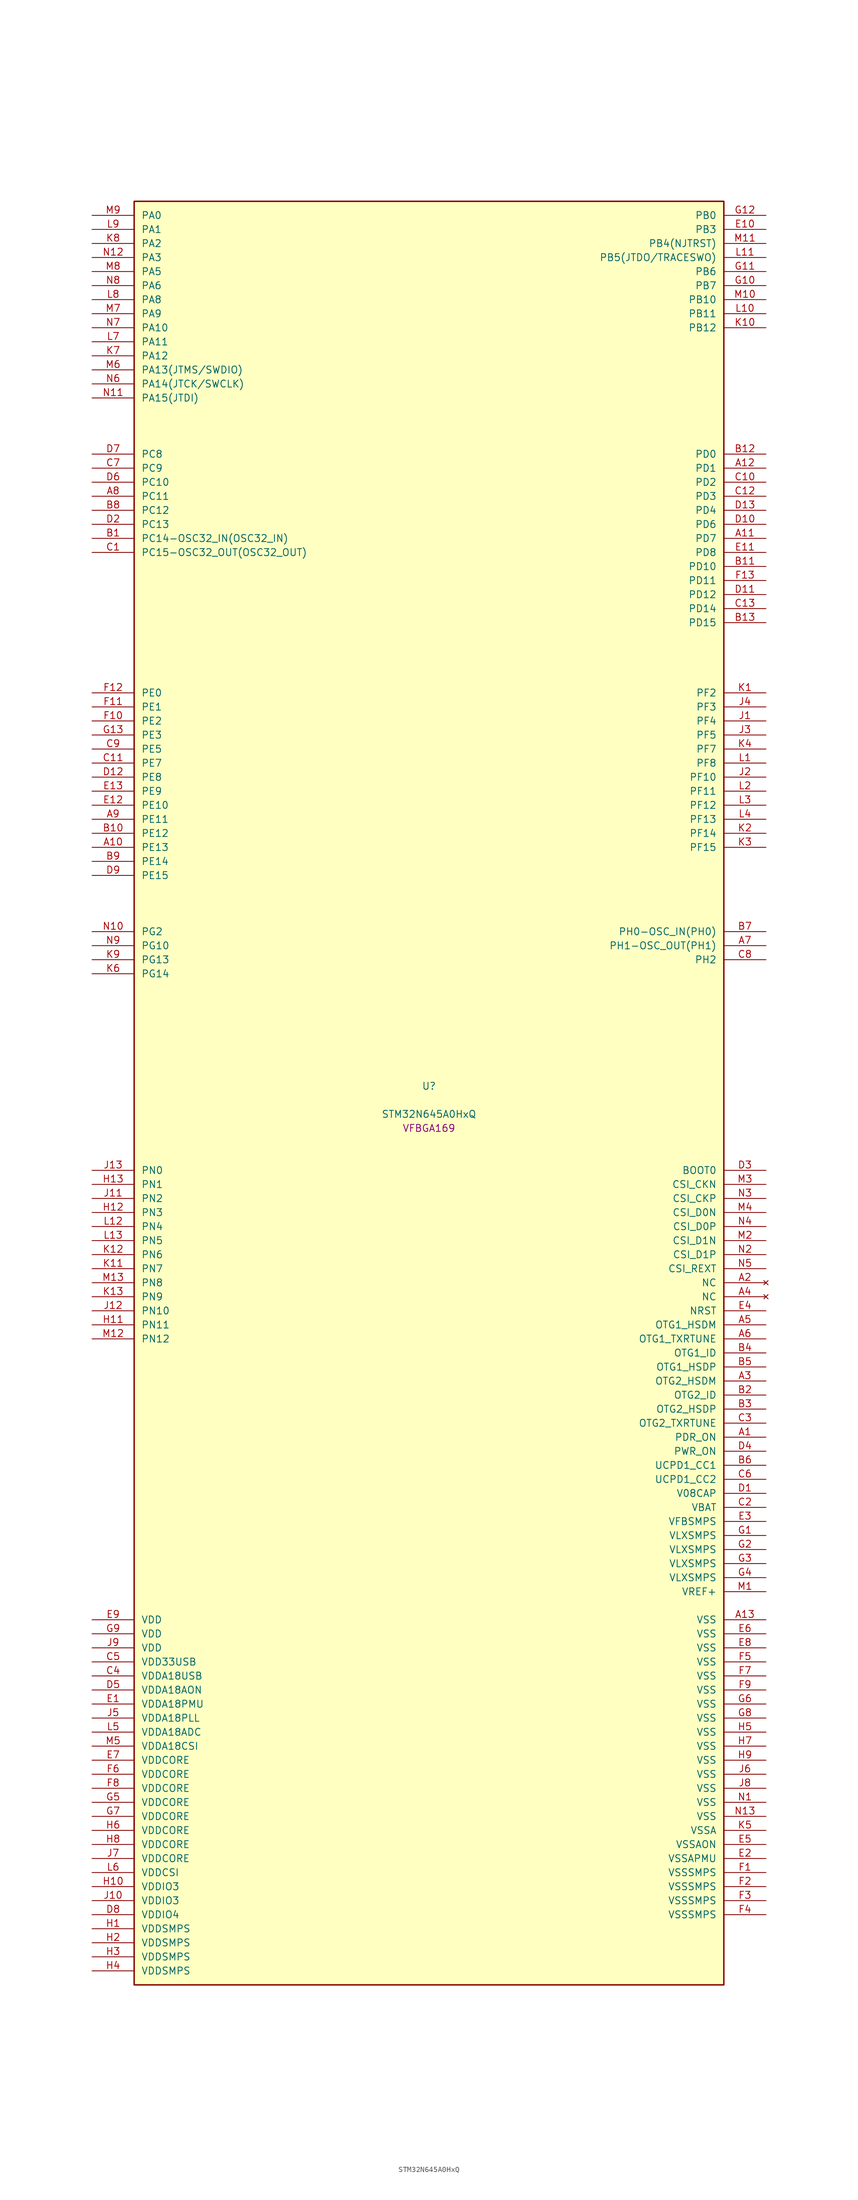
<source format=kicad_sym>
(kicad_symbol_lib
  (version 20241209)
  (generator "stm32_pkl_generator")
  (generator_version "1.0")
  (symbol "STM32N645A0HxQ"
    (pin_names
      (offset 1.27))
    (property "Reference" "U"
      (at 0 2.54 0))
    (property "Value" "STM32N645A0HxQ"
      (at 0 -2.54 0))
    (property "Footprint" "VFBGA169"
      (at 0 -5.08 0))
    (symbol "STM32N645A0HxQ_1_1"
      (rectangle (start -53.34 162.56) (end 53.34 -160.02) (stroke (width 0.254) (type solid)) (fill (type background)))
      (pin bidirectional line (at -60.96 160.02 0) (length 7.62) (name "PA0") (number "M9") (alternate "PA0/ADC1_INN1" bidirectional line) (alternate "PA0/ADC1_INP0" bidirectional line) (alternate "PA0/ADC2_INN1" bidirectional line) (alternate "PA0/ADC2_INP0" bidirectional line) (alternate "PA0/HDP_HDP0" bidirectional line) (alternate "PA0/I2S6_WS" bidirectional line) (alternate "PA0/LTDC_G3" bidirectional line) (alternate "PA0/PWR_WKUP1" bidirectional line) (alternate "PA0/SAI2_SD_B" bidirectional line) (alternate "PA0/SPI6_NSS" bidirectional line) (alternate "PA0/TIM15_BKIN" bidirectional line) (alternate "PA0/TIM2_CH1" bidirectional line) (alternate "PA0/TIM9_CH1" bidirectional line) (alternate "PA0/UART4_TX" bidirectional line))
      (pin bidirectional line (at -60.96 157.48 0) (length 7.62) (name "PA1") (number "L9") (alternate "PA1/ADC1_INP1" bidirectional line) (alternate "PA1/ADC2_INP1" bidirectional line) (alternate "PA1/DCMIPP_D0" bidirectional line) (alternate "PA1/DCMI_D0" bidirectional line) (alternate "PA1/HDP_HDP1" bidirectional line) (alternate "PA1/LTDC_G2" bidirectional line) (alternate "PA1/PSSI_D0" bidirectional line) (alternate "PA1/SAI2_MCLK_B" bidirectional line) (alternate "PA1/TIM15_CH1N" bidirectional line) (alternate "PA1/TIM2_CH2" bidirectional line) (alternate "PA1/UART4_RX" bidirectional line))
      (pin bidirectional line (at -60.96 154.94 0) (length 7.62) (name "PA2") (number "K8") (alternate "PA2/ADC1_INP14" bidirectional line) (alternate "PA2/ADC2_INP14" bidirectional line) (alternate "PA2/HDP_HDP2" bidirectional line) (alternate "PA2/LTDC_B7" bidirectional line) (alternate "PA2/MDIOS_MDIO" bidirectional line) (alternate "PA2/PWR_WKUP2" bidirectional line) (alternate "PA2/SAI2_SCK_B" bidirectional line) (alternate "PA2/TIM15_CH1" bidirectional line) (alternate "PA2/TIM2_CH3" bidirectional line))
      (pin bidirectional line (at -60.96 152.4 0) (length 7.62) (name "PA3") (number "N12") (alternate "PA3/SAI1_SD_B" bidirectional line) (alternate "PA3/SPI5_NSS" bidirectional line) (alternate "PA3/TIM16_CH1" bidirectional line) (alternate "PA3/UART7_RX" bidirectional line))
      (pin bidirectional line (at -60.96 149.86 0) (length 7.62) (name "PA5") (number "M8") (alternate "PA5/ADC2_INP18" bidirectional line) (alternate "PA5/DCMIPP_D8" bidirectional line) (alternate "PA5/DCMI_D8" bidirectional line) (alternate "PA5/HDP_HDP5" bidirectional line) (alternate "PA5/I2S1_CK" bidirectional line) (alternate "PA5/I2S6_CK" bidirectional line) (alternate "PA5/I3C1_SCL" bidirectional line) (alternate "PA5/LTDC_CLK" bidirectional line) (alternate "PA5/PSSI_D8" bidirectional line) (alternate "PA5/PWR_CSTOP" bidirectional line) (alternate "PA5/SPI1_SCK" bidirectional line) (alternate "PA5/SPI6_SCK" bidirectional line) (alternate "PA5/TIM10_CH1" bidirectional line) (alternate "PA5/TIM2_CH1" bidirectional line) (alternate "PA5/TIM2_ETR" bidirectional line) (alternate "PA5/TIM9_CH2" bidirectional line))
      (pin bidirectional line (at -60.96 147.32 0) (length 7.62) (name "PA6") (number "N8") (alternate "PA6/ADC1_INP3" bidirectional line) (alternate "PA6/ADC2_INP3" bidirectional line) (alternate "PA6/BOOT1" bidirectional line) (alternate "PA6/DCMIPP_PIXCLK" bidirectional line) (alternate "PA6/DCMI_PIXCLK" bidirectional line) (alternate "PA6/HDP_HDP6" bidirectional line) (alternate "PA6/I2S1_SDI" bidirectional line) (alternate "PA6/I2S6_SDI" bidirectional line) (alternate "PA6/I3C1_SDA" bidirectional line) (alternate "PA6/LTDC_B7" bidirectional line) (alternate "PA6/LTDC_HSYNC" bidirectional line) (alternate "PA6/MDIOS_MDC" bidirectional line) (alternate "PA6/PSSI_PDCK" bidirectional line) (alternate "PA6/SPI1_MISO" bidirectional line) (alternate "PA6/SPI6_MISO" bidirectional line) (alternate "PA6/TIM13_CH1" bidirectional line) (alternate "PA6/TIM1_BKIN" bidirectional line) (alternate "PA6/TIM3_CH1" bidirectional line))
      (pin bidirectional line (at -60.96 144.78 0) (length 7.62) (name "PA8") (number "L8") (alternate "PA8/ADC1_INP5" bidirectional line) (alternate "PA8/ADC2_INP5" bidirectional line) (alternate "PA8/HDP_HDP0" bidirectional line) (alternate "PA8/I2C3_SCL" bidirectional line) (alternate "PA8/I3C2_SCL" bidirectional line) (alternate "PA8/LTDC_B6" bidirectional line) (alternate "PA8/RCC_MCO_1" bidirectional line) (alternate "PA8/TIM11_CH1" bidirectional line) (alternate "PA8/TIM1_CH1" bidirectional line) (alternate "PA8/UART7_RX" bidirectional line) (alternate "PA8/USART1_CK" bidirectional line))
      (pin bidirectional line (at -60.96 142.24 0) (length 7.62) (name "PA9") (number "M7") (alternate "PA9/ADC1_INP10" bidirectional line) (alternate "PA9/ADC2_INP10" bidirectional line) (alternate "PA9/DCMIPP_D0" bidirectional line) (alternate "PA9/DCMI_D0" bidirectional line) (alternate "PA9/HDP_HDP1" bidirectional line) (alternate "PA9/I2C3_SDA" bidirectional line) (alternate "PA9/I2S2_CK" bidirectional line) (alternate "PA9/I3C2_SDA" bidirectional line) (alternate "PA9/LPUART1_TX" bidirectional line) (alternate "PA9/LTDC_B5" bidirectional line) (alternate "PA9/PSSI_D0" bidirectional line) (alternate "PA9/SPI2_SCK" bidirectional line) (alternate "PA9/TIM1_CH2" bidirectional line) (alternate "PA9/USART1_TX" bidirectional line))
      (pin bidirectional line (at -60.96 139.7 0) (length 7.62) (name "PA10") (number "N7") (alternate "PA10/ADC1_INN10" bidirectional line) (alternate "PA10/ADC1_INP11" bidirectional line) (alternate "PA10/ADC2_INN10" bidirectional line) (alternate "PA10/ADC2_INP11" bidirectional line) (alternate "PA10/DCMIPP_D1" bidirectional line) (alternate "PA10/DCMI_D1" bidirectional line) (alternate "PA10/HDP_HDP2" bidirectional line) (alternate "PA10/LPUART1_RX" bidirectional line) (alternate "PA10/LTDC_B4" bidirectional line) (alternate "PA10/MDIOS_MDIO" bidirectional line) (alternate "PA10/PSSI_D1" bidirectional line) (alternate "PA10/PWR_CSLEEP" bidirectional line) (alternate "PA10/TIM1_CH3" bidirectional line) (alternate "PA10/USART1_RX" bidirectional line))
      (pin bidirectional line (at -60.96 137.16 0) (length 7.62) (name "PA11") (number "L7") (alternate "PA11/ADC1_EXTI11" bidirectional line) (alternate "PA11/ADC1_INN11" bidirectional line) (alternate "PA11/ADC1_INP12" bidirectional line) (alternate "PA11/ADC2_EXTI11" bidirectional line) (alternate "PA11/ADC2_INN11" bidirectional line) (alternate "PA11/ADC2_INP12" bidirectional line) (alternate "PA11/FDCAN1_RX" bidirectional line) (alternate "PA11/HDP_HDP3" bidirectional line) (alternate "PA11/I2S2_WS" bidirectional line) (alternate "PA11/LPUART1_CTS" bidirectional line) (alternate "PA11/LTDC_B3" bidirectional line) (alternate "PA11/SPI2_NSS" bidirectional line) (alternate "PA11/TIM1_CH4" bidirectional line) (alternate "PA11/UART4_RX" bidirectional line) (alternate "PA11/USART1_CTS" bidirectional line) (alternate "PA11/USART1_NSS" bidirectional line))
      (pin bidirectional line (at -60.96 134.62 0) (length 7.62) (name "PA12") (number "K7") (alternate "PA12/ADC1_INN12" bidirectional line) (alternate "PA12/ADC1_INP13" bidirectional line) (alternate "PA12/ADC2_INN12" bidirectional line) (alternate "PA12/ADC2_INP13" bidirectional line) (alternate "PA12/FDCAN1_TX" bidirectional line) (alternate "PA12/HDP_HDP4" bidirectional line) (alternate "PA12/I2S2_CK" bidirectional line) (alternate "PA12/LPUART1_RTS" bidirectional line) (alternate "PA12/LTDC_B2" bidirectional line) (alternate "PA12/SAI2_FS_B" bidirectional line) (alternate "PA12/SPI2_SCK" bidirectional line) (alternate "PA12/TIM1_ETR" bidirectional line) (alternate "PA12/UART4_TX" bidirectional line) (alternate "PA12/USART1_RTS" bidirectional line))
      (pin bidirectional line (at -60.96 132.08 0) (length 7.62) (name "PA13(JTMS/SWDIO)") (number "M6") (alternate "PA13(JTMS/SWDIO)/DEBUG_JTMS-SWDIO" bidirectional line) (alternate "PA13(JTMS/SWDIO)/HDP_HDP5" bidirectional line))
      (pin bidirectional line (at -60.96 129.54 0) (length 7.62) (name "PA14(JTCK/SWCLK)") (number "N6") (alternate "PA14(JTCK/SWCLK)/DEBUG_JTCK-SWCLK" bidirectional line) (alternate "PA14(JTCK/SWCLK)/HDP_HDP6" bidirectional line))
      (pin bidirectional line (at -60.96 127 0) (length 7.62) (name "PA15(JTDI)") (number "N11") (alternate "PA15(JTDI)/ADC1_EXTI15" bidirectional line) (alternate "PA15(JTDI)/ADC2_EXTI15" bidirectional line) (alternate "PA15(JTDI)/DEBUG_JTDI" bidirectional line) (alternate "PA15(JTDI)/HDP_HDP7" bidirectional line) (alternate "PA15(JTDI)/I2S1_WS" bidirectional line) (alternate "PA15(JTDI)/I2S3_WS" bidirectional line) (alternate "PA15(JTDI)/I2S6_WS" bidirectional line) (alternate "PA15(JTDI)/LTDC_R5" bidirectional line) (alternate "PA15(JTDI)/SPI1_NSS" bidirectional line) (alternate "PA15(JTDI)/SPI3_NSS" bidirectional line) (alternate "PA15(JTDI)/SPI6_NSS" bidirectional line) (alternate "PA15(JTDI)/TIM2_CH1" bidirectional line) (alternate "PA15(JTDI)/TIM2_ETR" bidirectional line) (alternate "PA15(JTDI)/UART4_DE" bidirectional line) (alternate "PA15(JTDI)/UART4_RTS" bidirectional line) (alternate "PA15(JTDI)/UART7_TX" bidirectional line))
      (pin bidirectional line (at 60.96 160.02 180) (length 7.62) (name "PB0") (number "G12") (alternate "PB0/ADF1_SDI0" bidirectional line) (alternate "PB0/DCMIPP_D4" bidirectional line) (alternate "PB0/DCMI_D4" bidirectional line) (alternate "PB0/DEBUG_TRACED1" bidirectional line) (alternate "PB0/MDF1_SDI2" bidirectional line) (alternate "PB0/PSSI_D4" bidirectional line) (alternate "PB0/SAI1_D2" bidirectional line) (alternate "PB0/SAI1_FS_A" bidirectional line) (alternate "PB0/SPI4_NSS" bidirectional line) (alternate "PB0/TIM15_CH1N" bidirectional line) (alternate "PB0/TIM1_CH4" bidirectional line))
      (pin bidirectional line (at 60.96 157.48 180) (length 7.62) (name "PB3") (number "E10") (alternate "PB3/DEBUG_JTDO-SWO" bidirectional line) (alternate "PB3/DEBUG_TRACECLK" bidirectional line) (alternate "PB3/GFXTIM_FCKCAL" bidirectional line) (alternate "PB3/GFXTIM_LCKCAL" bidirectional line) (alternate "PB3/HDP_HDP0" bidirectional line) (alternate "PB3/MDF1_CKI1" bidirectional line) (alternate "PB3/SAI2_FS_B" bidirectional line) (alternate "PB3/TIM1_CH4N" bidirectional line) (alternate "PB3/USART1_CK" bidirectional line))
      (pin bidirectional line (at 60.96 154.94 180) (length 7.62) (name "PB4(NJTRST)") (number "M11") (alternate "PB4(NJTRST)/DCMIPP_VSYNC" bidirectional line) (alternate "PB4(NJTRST)/DCMI_VSYNC" bidirectional line) (alternate "PB4(NJTRST)/DEBUG_NJTRST" bidirectional line) (alternate "PB4(NJTRST)/HDP_HDP4" bidirectional line) (alternate "PB4(NJTRST)/I2S1_SDI" bidirectional line) (alternate "PB4(NJTRST)/I2S2_WS" bidirectional line) (alternate "PB4(NJTRST)/I2S3_SDI" bidirectional line) (alternate "PB4(NJTRST)/I2S6_SDI" bidirectional line) (alternate "PB4(NJTRST)/LTDC_R3" bidirectional line) (alternate "PB4(NJTRST)/PSSI_RDY" bidirectional line) (alternate "PB4(NJTRST)/SPI1_MISO" bidirectional line) (alternate "PB4(NJTRST)/SPI2_NSS" bidirectional line) (alternate "PB4(NJTRST)/SPI3_MISO" bidirectional line) (alternate "PB4(NJTRST)/SPI6_MISO" bidirectional line) (alternate "PB4(NJTRST)/TIM16_BKIN" bidirectional line) (alternate "PB4(NJTRST)/TIM3_CH1" bidirectional line) (alternate "PB4(NJTRST)/UART7_TX" bidirectional line))
      (pin bidirectional line (at 60.96 152.4 180) (length 7.62) (name "PB5(JTDO/TRACESWO)") (number "L11") (alternate "PB5(JTDO/TRACESWO)/DCMIPP_D10" bidirectional line) (alternate "PB5(JTDO/TRACESWO)/DCMI_D10" bidirectional line) (alternate "PB5(JTDO/TRACESWO)/DEBUG_JTDO-SWO" bidirectional line) (alternate "PB5(JTDO/TRACESWO)/FDCAN2_RX" bidirectional line) (alternate "PB5(JTDO/TRACESWO)/HDP_HDP5" bidirectional line) (alternate "PB5(JTDO/TRACESWO)/I2S1_SDO" bidirectional line) (alternate "PB5(JTDO/TRACESWO)/I2S3_SDO" bidirectional line) (alternate "PB5(JTDO/TRACESWO)/I2S6_SDO" bidirectional line) (alternate "PB5(JTDO/TRACESWO)/LTDC_R2" bidirectional line) (alternate "PB5(JTDO/TRACESWO)/PSSI_D10" bidirectional line) (alternate "PB5(JTDO/TRACESWO)/SPI1_MOSI" bidirectional line) (alternate "PB5(JTDO/TRACESWO)/SPI3_MOSI" bidirectional line) (alternate "PB5(JTDO/TRACESWO)/SPI6_MOSI" bidirectional line) (alternate "PB5(JTDO/TRACESWO)/TIM3_CH2" bidirectional line) (alternate "PB5(JTDO/TRACESWO)/UART5_RX" bidirectional line))
      (pin bidirectional line (at 60.96 149.86 180) (length 7.62) (name "PB6") (number "G11") (alternate "PB6/ADF1_CCK1" bidirectional line) (alternate "PB6/DCMIPP_D6" bidirectional line) (alternate "PB6/DCMI_D6" bidirectional line) (alternate "PB6/DEBUG_TRACED2" bidirectional line) (alternate "PB6/MDF1_CCK1" bidirectional line) (alternate "PB6/PSSI_D6" bidirectional line) (alternate "PB6/SAI1_CK2" bidirectional line) (alternate "PB6/SAI1_SCK_A" bidirectional line) (alternate "PB6/SPI4_MISO" bidirectional line) (alternate "PB6/TIM15_CH1" bidirectional line))
      (pin bidirectional line (at 60.96 147.32 180) (length 7.62) (name "PB7") (number "G10") (alternate "PB7/ADF1_SDI0" bidirectional line) (alternate "PB7/DCMIPP_D7" bidirectional line) (alternate "PB7/DCMI_D7" bidirectional line) (alternate "PB7/DEBUG_TRACED3" bidirectional line) (alternate "PB7/MDF1_SDI1" bidirectional line) (alternate "PB7/PSSI_D7" bidirectional line) (alternate "PB7/SAI1_D1" bidirectional line) (alternate "PB7/SAI1_SD_A" bidirectional line) (alternate "PB7/SAI2_MCLK_B" bidirectional line) (alternate "PB7/SPI4_MOSI" bidirectional line) (alternate "PB7/TIM15_CH2" bidirectional line) (alternate "PB7/TIM1_BKIN2" bidirectional line))
      (pin bidirectional line (at 60.96 144.78 180) (length 7.62) (name "PB10") (number "M10") (alternate "PB10/ADC1_INN4" bidirectional line) (alternate "PB10/ADC1_INP8" bidirectional line) (alternate "PB10/ADC2_INN4" bidirectional line) (alternate "PB10/ADC2_INP8" bidirectional line) (alternate "PB10/HDP_HDP2" bidirectional line) (alternate "PB10/I2C2_SCL" bidirectional line) (alternate "PB10/I2S2_CK" bidirectional line) (alternate "PB10/I3C2_SCL" bidirectional line) (alternate "PB10/LPTIM2_IN1" bidirectional line) (alternate "PB10/LTDC_G7" bidirectional line) (alternate "PB10/SPI2_SCK" bidirectional line) (alternate "PB10/TIM2_CH3" bidirectional line) (alternate "PB10/USART3_TX" bidirectional line))
      (pin bidirectional line (at 60.96 142.24 180) (length 7.62) (name "PB11") (number "L10") (alternate "PB11/ADC1_EXTI11" bidirectional line) (alternate "PB11/ADC1_INP4" bidirectional line) (alternate "PB11/ADC2_EXTI11" bidirectional line) (alternate "PB11/ADC2_INP4" bidirectional line) (alternate "PB11/HDP_HDP3" bidirectional line) (alternate "PB11/I2C2_SDA" bidirectional line) (alternate "PB11/I3C2_SDA" bidirectional line) (alternate "PB11/LPTIM2_ETR" bidirectional line) (alternate "PB11/LTDC_G6" bidirectional line) (alternate "PB11/TIM2_CH4" bidirectional line) (alternate "PB11/USART3_RX" bidirectional line))
      (pin bidirectional line (at 60.96 139.7 180) (length 7.62) (name "PB12") (number "K10") (alternate "PB12/FDCAN2_RX" bidirectional line) (alternate "PB12/HDP_HDP4" bidirectional line) (alternate "PB12/I2C2_SMBA" bidirectional line) (alternate "PB12/I2S2_WS" bidirectional line) (alternate "PB12/LPTIM2_IN2" bidirectional line) (alternate "PB12/LTDC_G5" bidirectional line) (alternate "PB12/SPI2_NSS" bidirectional line) (alternate "PB12/TIM1_BKIN" bidirectional line) (alternate "PB12/UART5_RX" bidirectional line) (alternate "PB12/USART3_CK" bidirectional line))
      (pin bidirectional line (at -60.96 116.84 0) (length 7.62) (name "PC8") (number "D7") (alternate "PC8/DCMIPP_D2" bidirectional line) (alternate "PC8/DCMI_D2" bidirectional line) (alternate "PC8/DEBUG_TRACED1" bidirectional line) (alternate "PC8/HDP_HDP0" bidirectional line) (alternate "PC8/I2C3_SMBA" bidirectional line) (alternate "PC8/LTDC_B0" bidirectional line) (alternate "PC8/PSSI_D2" bidirectional line) (alternate "PC8/TIM3_CH3" bidirectional line) (alternate "PC8/UART5_DE" bidirectional line) (alternate "PC8/UART5_RTS" bidirectional line) (alternate "PC8/UCPD1_FRSTX1" bidirectional line) (alternate "PC8/USART6_CK" bidirectional line))
      (pin bidirectional line (at -60.96 114.3 0) (length 7.62) (name "PC9") (number "C7") (alternate "PC9/AUDIOCLK" bidirectional line) (alternate "PC9/DCMIPP_D3" bidirectional line) (alternate "PC9/DCMI_D3" bidirectional line) (alternate "PC9/HDP_HDP1" bidirectional line) (alternate "PC9/I2C3_SDA" bidirectional line) (alternate "PC9/LTDC_B3" bidirectional line) (alternate "PC9/PSSI_D3" bidirectional line) (alternate "PC9/RCC_MCO_2" bidirectional line) (alternate "PC9/TIM3_CH4" bidirectional line) (alternate "PC9/UART5_CTS" bidirectional line) (alternate "PC9/UCPD1_FRSTX2" bidirectional line) (alternate "PC9/USART6_RX" bidirectional line))
      (pin bidirectional line (at -60.96 111.76 0) (length 7.62) (name "PC10") (number "D6") (alternate "PC10/DCMIPP_D14" bidirectional line) (alternate "PC10/HDP_HDP2" bidirectional line) (alternate "PC10/I2C4_SCL" bidirectional line) (alternate "PC10/I2S3_CK" bidirectional line) (alternate "PC10/I3C2_SCL" bidirectional line) (alternate "PC10/PSSI_D14" bidirectional line) (alternate "PC10/SPI3_SCK" bidirectional line) (alternate "PC10/TIM1_BKIN" bidirectional line) (alternate "PC10/UART4_TX" bidirectional line) (alternate "PC10/USART3_TX" bidirectional line))
      (pin bidirectional line (at -60.96 109.22 0) (length 7.62) (name "PC11") (number "A8") (alternate "PC11/ADC1_EXTI11" bidirectional line) (alternate "PC11/ADC2_EXTI11" bidirectional line) (alternate "PC11/DCMIPP_D4" bidirectional line) (alternate "PC11/DCMI_D4" bidirectional line) (alternate "PC11/HDP_HDP3" bidirectional line) (alternate "PC11/I2C4_SDA" bidirectional line) (alternate "PC11/I2S3_SDI" bidirectional line) (alternate "PC11/I3C2_SDA" bidirectional line) (alternate "PC11/PSSI_D4" bidirectional line) (alternate "PC11/SPI3_MISO" bidirectional line) (alternate "PC11/UART4_RX" bidirectional line) (alternate "PC11/USART3_RX" bidirectional line))
      (pin bidirectional line (at -60.96 106.68 0) (length 7.62) (name "PC12") (number "B8") (alternate "PC12/DCMIPP_D9" bidirectional line) (alternate "PC12/DCMI_D9" bidirectional line) (alternate "PC12/DEBUG_TRACED3" bidirectional line) (alternate "PC12/HDP_HDP4" bidirectional line) (alternate "PC12/I2S3_SDO" bidirectional line) (alternate "PC12/I2S6_CK" bidirectional line) (alternate "PC12/PSSI_D9" bidirectional line) (alternate "PC12/SPI3_MOSI" bidirectional line) (alternate "PC12/SPI6_SCK" bidirectional line) (alternate "PC12/TIM15_CH1" bidirectional line) (alternate "PC12/TIM1_CH4" bidirectional line) (alternate "PC12/UART5_TX" bidirectional line) (alternate "PC12/USART3_CK" bidirectional line))
      (pin bidirectional line (at -60.96 104.14 0) (length 7.62) (name "PC13") (number "D2") (alternate "PC13/HDP_HDP5" bidirectional line) (alternate "PC13/PWR_WKUP3" bidirectional line) (alternate "PC13/RTC_OUT1" bidirectional line) (alternate "PC13/RTC_TS" bidirectional line) (alternate "PC13/TAMP_IN1" bidirectional line) (alternate "PC13/TAMP_OUT2" bidirectional line))
      (pin bidirectional line (at -60.96 101.6 0) (length 7.62) (name "PC14-OSC32_IN(OSC32_IN)") (number "B1") (alternate "PC14-OSC32_IN(OSC32_IN)/RCC_OSC32_IN" bidirectional line))
      (pin bidirectional line (at -60.96 99.06 0) (length 7.62) (name "PC15-OSC32_OUT(OSC32_OUT)") (number "C1") (alternate "PC15-OSC32_OUT(OSC32_OUT)/ADC1_EXTI15" bidirectional line) (alternate "PC15-OSC32_OUT(OSC32_OUT)/ADC2_EXTI15" bidirectional line) (alternate "PC15-OSC32_OUT(OSC32_OUT)/RCC_OSC32_OUT" bidirectional line))
      (pin bidirectional line (at 60.96 116.84 180) (length 7.62) (name "PD0") (number "B12") (alternate "PD0/DCMIPP_HSYNC" bidirectional line) (alternate "PD0/DCMI_HSYNC" bidirectional line) (alternate "PD0/FDCAN1_RX" bidirectional line) (alternate "PD0/PSSI_DE" bidirectional line) (alternate "PD0/TIM1_ETR" bidirectional line) (alternate "PD0/UART4_RX" bidirectional line))
      (pin bidirectional line (at 60.96 114.3 180) (length 7.62) (name "PD1") (number "A12") (alternate "PD1/ETH1_MDC" bidirectional line) (alternate "PD1/FDCAN1_TX" bidirectional line) (alternate "PD1/UART4_TX" bidirectional line))
      (pin bidirectional line (at 60.96 111.76 180) (length 7.62) (name "PD2") (number "C10") (alternate "PD2/ADF1_SDI0" bidirectional line) (alternate "PD2/DEBUG_TRACED0" bidirectional line) (alternate "PD2/HDP_HDP1" bidirectional line) (alternate "PD2/I2S2_SDO" bidirectional line) (alternate "PD2/MDF1_SDI1" bidirectional line) (alternate "PD2/MDIOS_MDC" bidirectional line) (alternate "PD2/PWR_WKUP4" bidirectional line) (alternate "PD2/SAI1_D1" bidirectional line) (alternate "PD2/SAI1_SD_A" bidirectional line) (alternate "PD2/SPI2_MOSI" bidirectional line) (alternate "PD2/TIM15_CH1N" bidirectional line) (alternate "PD2/TIM1_CH3" bidirectional line))
      (pin bidirectional line (at 60.96 109.22 180) (length 7.62) (name "PD3") (number "C12") (alternate "PD3/DCMIPP_D14" bidirectional line) (alternate "PD3/ETH1_PHY_INTN" bidirectional line) (alternate "PD3/I2C2_SMBA" bidirectional line) (alternate "PD3/PSSI_D14" bidirectional line) (alternate "PD3/USART6_CTS" bidirectional line))
      (pin bidirectional line (at 60.96 106.68 180) (length 7.62) (name "PD4") (number "D13") (alternate "PD4/DCMIPP_D9" bidirectional line) (alternate "PD4/DCMI_D9" bidirectional line) (alternate "PD4/I2C2_SDA" bidirectional line) (alternate "PD4/PSSI_D9" bidirectional line) (alternate "PD4/SPI5_MISO" bidirectional line) (alternate "PD4/TAMP_IN7" bidirectional line) (alternate "PD4/TAMP_OUT8" bidirectional line) (alternate "PD4/TIM1_BKIN2" bidirectional line) (alternate "PD4/USART6_RTS" bidirectional line))
      (pin bidirectional line (at 60.96 104.14 180) (length 7.62) (name "PD6") (number "D10") (alternate "PD6/HDP_HDP2" bidirectional line) (alternate "PD6/I2S2_SDI" bidirectional line) (alternate "PD6/SPI2_MISO" bidirectional line) (alternate "PD6/TIM15_CH2" bidirectional line) (alternate "PD6/TIM1_CH1" bidirectional line))
      (pin bidirectional line (at 60.96 101.6 180) (length 7.62) (name "PD7") (number "A11") (alternate "PD7/DCMIPP_D0" bidirectional line) (alternate "PD7/DCMI_D0" bidirectional line) (alternate "PD7/HDP_HDP3" bidirectional line) (alternate "PD7/I2S2_SDO" bidirectional line) (alternate "PD7/I2S3_WS" bidirectional line) (alternate "PD7/PSSI_D0" bidirectional line) (alternate "PD7/SPI2_MOSI" bidirectional line) (alternate "PD7/SPI3_NSS" bidirectional line) (alternate "PD7/TIM15_CH1N" bidirectional line) (alternate "PD7/TIM1_CH2" bidirectional line))
      (pin bidirectional line (at 60.96 99.06 180) (length 7.62) (name "PD8") (number "E11") (alternate "PD8/DCMIPP_D11" bidirectional line) (alternate "PD8/DCMI_D11" bidirectional line) (alternate "PD8/LTDC_R7" bidirectional line) (alternate "PD8/PSSI_D11" bidirectional line) (alternate "PD8/TAMP_IN3" bidirectional line) (alternate "PD8/TAMP_OUT4" bidirectional line) (alternate "PD8/USART3_TX" bidirectional line))
      (pin bidirectional line (at 60.96 96.52 180) (length 7.62) (name "PD10") (number "B11") (alternate "PD10/DEBUG_TRACECLK" bidirectional line) (alternate "PD10/GFXTIM_TE" bidirectional line) (alternate "PD10/HDP_HDP4" bidirectional line) (alternate "PD10/I2S1_MCK" bidirectional line) (alternate "PD10/MDF1_CKI3" bidirectional line) (alternate "PD10/SAI2_FS_B" bidirectional line) (alternate "PD10/TIM1_ETR" bidirectional line) (alternate "PD10/UCPD1_FRSTX1" bidirectional line))
      (pin bidirectional line (at 60.96 93.98 180) (length 7.62) (name "PD11") (number "F13") (alternate "PD11/ADC1_EXTI11" bidirectional line) (alternate "PD11/ADC2_EXTI11" bidirectional line) (alternate "PD11/DCMIPP_D15" bidirectional line) (alternate "PD11/I2C4_SDA" bidirectional line) (alternate "PD11/I2S2_SDI" bidirectional line) (alternate "PD11/PSSI_D15" bidirectional line) (alternate "PD11/SPI2_MISO" bidirectional line) (alternate "PD11/UCPD1_FRSTX1" bidirectional line))
      (pin bidirectional line (at 60.96 91.44 180) (length 7.62) (name "PD12") (number "D11") (alternate "PD12/DCMIPP_D12" bidirectional line) (alternate "PD12/DCMI_D12" bidirectional line) (alternate "PD12/ETH1_MDIO" bidirectional line) (alternate "PD12/HDP_HDP5" bidirectional line) (alternate "PD12/MDF1_SDI3" bidirectional line) (alternate "PD12/PSSI_D12" bidirectional line) (alternate "PD12/SAI1_D3" bidirectional line) (alternate "PD12/UCPD1_FRSTX2" bidirectional line))
      (pin bidirectional line (at 60.96 88.9 180) (length 7.62) (name "PD14") (number "C13") (alternate "PD14/I2C2_SCL" bidirectional line))
      (pin bidirectional line (at 60.96 86.36 180) (length 7.62) (name "PD15") (number "B13") (alternate "PD15/ADC1_EXTI15" bidirectional line) (alternate "PD15/ADC2_EXTI15" bidirectional line) (alternate "PD15/I2C2_SDA" bidirectional line) (alternate "PD15/LTDC_R2" bidirectional line))
      (pin bidirectional line (at -60.96 73.66 0) (length 7.62) (name "PE0") (number "F12") (alternate "PE0/DCMIPP_D2" bidirectional line) (alternate "PE0/DCMI_D2" bidirectional line) (alternate "PE0/LPTIM2_ETR" bidirectional line) (alternate "PE0/PSSI_D2" bidirectional line) (alternate "PE0/SAI2_MCLK_A" bidirectional line) (alternate "PE0/TAMP_IN6" bidirectional line) (alternate "PE0/TAMP_OUT5" bidirectional line) (alternate "PE0/USART3_RX" bidirectional line))
      (pin bidirectional line (at -60.96 71.12 0) (length 7.62) (name "PE1") (number "F11") (alternate "PE1/DCMIPP_D8" bidirectional line) (alternate "PE1/DCMI_D8" bidirectional line) (alternate "PE1/LPTIM2_CH2" bidirectional line) (alternate "PE1/PSSI_D8" bidirectional line) (alternate "PE1/USART3_TX" bidirectional line))
      (pin bidirectional line (at -60.96 68.58 0) (length 7.62) (name "PE2") (number "F10") (alternate "PE2/ADF1_CCK0" bidirectional line) (alternate "PE2/DEBUG_TRACECLK" bidirectional line) (alternate "PE2/MDF1_CCK0" bidirectional line) (alternate "PE2/SAI1_CK1" bidirectional line) (alternate "PE2/SAI1_MCLK_A" bidirectional line) (alternate "PE2/SPI4_SCK" bidirectional line) (alternate "PE2/TIM1_CH2N" bidirectional line) (alternate "PE2/UCPD1_FRSTX1" bidirectional line))
      (pin bidirectional line (at -60.96 66.04 0) (length 7.62) (name "PE3") (number "G13") (alternate "PE3/DEBUG_TRACED0" bidirectional line) (alternate "PE3/MDF1_CKI2" bidirectional line) (alternate "PE3/SAI1_SD_B" bidirectional line) (alternate "PE3/TIM15_BKIN" bidirectional line))
      (pin bidirectional line (at -60.96 63.5 0) (length 7.62) (name "PE5") (number "C9") (alternate "PE5/DCMIPP_D5" bidirectional line) (alternate "PE5/DCMI_D5" bidirectional line) (alternate "PE5/FDCAN2_TX" bidirectional line) (alternate "PE5/HDP_HDP6" bidirectional line) (alternate "PE5/I3C1_SCL" bidirectional line) (alternate "PE5/LPUART1_TX" bidirectional line) (alternate "PE5/PSSI_D5" bidirectional line) (alternate "PE5/TIM16_CH1N" bidirectional line) (alternate "PE5/UART5_TX" bidirectional line) (alternate "PE5/USART1_TX" bidirectional line))
      (pin bidirectional line (at -60.96 60.96 0) (length 7.62) (name "PE7") (number "C11") (alternate "PE7/MDF1_CKI0" bidirectional line) (alternate "PE7/SAI2_SD_B" bidirectional line) (alternate "PE7/TIM1_ETR" bidirectional line) (alternate "PE7/UART7_RX" bidirectional line))
      (pin bidirectional line (at -60.96 58.42 0) (length 7.62) (name "PE8") (number "D12") (alternate "PE8/DCMIPP_D4" bidirectional line) (alternate "PE8/DCMI_D4" bidirectional line) (alternate "PE8/MDF1_SDI0" bidirectional line) (alternate "PE8/PSSI_D4" bidirectional line) (alternate "PE8/TIM1_CH1N" bidirectional line) (alternate "PE8/UART7_TX" bidirectional line) (alternate "PE8/USART3_TX" bidirectional line))
      (pin bidirectional line (at -60.96 55.88 0) (length 7.62) (name "PE9") (number "E13") (alternate "PE9/MDF1_CKI4" bidirectional line) (alternate "PE9/TIM1_CH1" bidirectional line) (alternate "PE9/UART7_RTS" bidirectional line))
      (pin bidirectional line (at -60.96 53.34 0) (length 7.62) (name "PE10") (number "E12") (alternate "PE10/DCMIPP_D3" bidirectional line) (alternate "PE10/DCMI_D3" bidirectional line) (alternate "PE10/DEBUG_TRACECLK" bidirectional line) (alternate "PE10/MDF1_SDI4" bidirectional line) (alternate "PE10/PSSI_D3" bidirectional line) (alternate "PE10/TIM1_CH2N" bidirectional line) (alternate "PE10/UART7_CTS" bidirectional line) (alternate "PE10/USART3_RX" bidirectional line))
      (pin bidirectional line (at -60.96 50.8 0) (length 7.62) (name "PE11") (number "A9") (alternate "PE11/ADC1_EXTI11" bidirectional line) (alternate "PE11/ADC2_EXTI11" bidirectional line) (alternate "PE11/FDCAN3_TX" bidirectional line) (alternate "PE11/LTDC_VSYNC" bidirectional line) (alternate "PE11/MDF1_CKI5" bidirectional line) (alternate "PE11/SAI2_SD_B" bidirectional line) (alternate "PE11/SPI4_NSS" bidirectional line) (alternate "PE11/TIM1_CH2" bidirectional line))
      (pin bidirectional line (at -60.96 48.26 0) (length 7.62) (name "PE12") (number "B10") (alternate "PE12/FDCAN3_RX" bidirectional line) (alternate "PE12/MDF1_SDI5" bidirectional line) (alternate "PE12/SAI2_SCK_B" bidirectional line) (alternate "PE12/SPI4_SCK" bidirectional line) (alternate "PE12/TIM1_CH3N" bidirectional line))
      (pin bidirectional line (at -60.96 45.72 0) (length 7.62) (name "PE13") (number "A10") (alternate "PE13/ADF1_CCK0" bidirectional line) (alternate "PE13/I2C4_SCL" bidirectional line) (alternate "PE13/SAI2_FS_B" bidirectional line) (alternate "PE13/SPI4_MISO" bidirectional line) (alternate "PE13/TIM1_CH3" bidirectional line))
      (pin bidirectional line (at -60.96 43.18 0) (length 7.62) (name "PE14") (number "B9") (alternate "PE14/ADF1_CCK1" bidirectional line) (alternate "PE14/GFXTIM_FCKCAL" bidirectional line) (alternate "PE14/GFXTIM_LCKCAL" bidirectional line) (alternate "PE14/I2C4_SDA" bidirectional line) (alternate "PE14/SAI2_MCLK_B" bidirectional line) (alternate "PE14/SPI4_MOSI" bidirectional line) (alternate "PE14/TIM1_CH4" bidirectional line))
      (pin bidirectional line (at -60.96 40.64 0) (length 7.62) (name "PE15") (number "D9") (alternate "PE15/ADC1_EXTI15" bidirectional line) (alternate "PE15/ADC2_EXTI15" bidirectional line) (alternate "PE15/GFXTIM_FCKCAL" bidirectional line) (alternate "PE15/GFXTIM_LCKCAL" bidirectional line) (alternate "PE15/I2C4_SMBA" bidirectional line) (alternate "PE15/SPI5_SCK" bidirectional line) (alternate "PE15/TIM1_BKIN" bidirectional line))
      (pin bidirectional line (at 60.96 73.66 180) (length 7.62) (name "PF2") (number "K1") (alternate "PF2/ETH1_RGMII_CLK125" bidirectional line) (alternate "PF2/FDCAN3_TX" bidirectional line) (alternate "PF2/I2S2_CK" bidirectional line) (alternate "PF2/LTDC_B1" bidirectional line) (alternate "PF2/SPI2_SCK" bidirectional line) (alternate "PF2/TIM1_CH3N" bidirectional line))
      (pin bidirectional line (at 60.96 71.12 180) (length 7.62) (name "PF3") (number "J4") (alternate "PF3/ADC1_INP16" bidirectional line) (alternate "PF3/DCMIPP_HSYNC" bidirectional line) (alternate "PF3/DCMI_HSYNC" bidirectional line) (alternate "PF3/ETH1_PPS_OUT" bidirectional line) (alternate "PF3/FDCAN3_RX" bidirectional line) (alternate "PF3/LTDC_R4" bidirectional line) (alternate "PF3/PSSI_DE" bidirectional line))
      (pin bidirectional line (at 60.96 68.58 180) (length 7.62) (name "PF4") (number "J1") (alternate "PF4/ADC1_INP18" bidirectional line) (alternate "PF4/DCMIPP_HSYNC" bidirectional line) (alternate "PF4/DCMI_HSYNC" bidirectional line) (alternate "PF4/ETH1_MDIO" bidirectional line) (alternate "PF4/HDP_HDP4" bidirectional line) (alternate "PF4/I2S1_WS" bidirectional line) (alternate "PF4/I2S3_WS" bidirectional line) (alternate "PF4/I2S6_WS" bidirectional line) (alternate "PF4/LTDC_R3" bidirectional line) (alternate "PF4/PSSI_DE" bidirectional line) (alternate "PF4/SPI1_NSS" bidirectional line) (alternate "PF4/SPI3_NSS" bidirectional line) (alternate "PF4/SPI6_NSS" bidirectional line))
      (pin bidirectional line (at 60.96 66.04 180) (length 7.62) (name "PF5") (number "J3") (alternate "PF5/DCMIPP_D6" bidirectional line) (alternate "PF5/DCMI_D6" bidirectional line) (alternate "PF5/ETH1_CLK" bidirectional line) (alternate "PF5/LPTIM2_IN2" bidirectional line) (alternate "PF5/LTDC_G0" bidirectional line) (alternate "PF5/PSSI_D6" bidirectional line) (alternate "PF5/SAI2_SD_A" bidirectional line) (alternate "PF5/TIM1_ETR" bidirectional line) (alternate "PF5/USART3_CTS" bidirectional line) (alternate "PF5/USART3_NSS" bidirectional line))
      (pin bidirectional line (at 60.96 63.5 180) (length 7.62) (name "PF7") (number "K4") (alternate "PF7/ADC1_INN5" bidirectional line) (alternate "PF7/ADC1_INP9" bidirectional line) (alternate "PF7/ADC2_INN5" bidirectional line) (alternate "PF7/ADC2_INP9" bidirectional line) (alternate "PF7/ETH1_MII_RX_CLK" bidirectional line) (alternate "PF7/ETH1_RGMII_RX_CLK" bidirectional line) (alternate "PF7/ETH1_RMII_REF_CLK" bidirectional line) (alternate "PF7/GFXTIM_TE" bidirectional line) (alternate "PF7/HDP_HDP0" bidirectional line) (alternate "PF7/I2S1_CK" bidirectional line) (alternate "PF7/LTDC_VSYNC" bidirectional line) (alternate "PF7/SPI1_SCK" bidirectional line) (alternate "PF7/TIM1_CH2N" bidirectional line) (alternate "PF7/TIM3_CH3" bidirectional line) (alternate "PF7/TIM9_CH1" bidirectional line) (alternate "PF7/UART4_CTS" bidirectional line))
      (pin bidirectional line (at 60.96 60.96 180) (length 7.62) (name "PF8") (number "L1") (alternate "PF8/DEBUG_TRACECLK" bidirectional line) (alternate "PF8/ETH1_MII_RXD2" bidirectional line) (alternate "PF8/ETH1_RGMII_RXD2" bidirectional line) (alternate "PF8/LTDC_R6" bidirectional line))
      (pin bidirectional line (at 60.96 58.42 180) (length 7.62) (name "PF10") (number "J2") (alternate "PF10/DCMIPP_D11" bidirectional line) (alternate "PF10/DCMIPP_D15" bidirectional line) (alternate "PF10/DCMI_D11" bidirectional line) (alternate "PF10/ETH1_MII_RX_DV" bidirectional line) (alternate "PF10/ETH1_RGMII_RX_CTL" bidirectional line) (alternate "PF10/ETH1_RMII_CRS_DV" bidirectional line) (alternate "PF10/LTDC_R1" bidirectional line) (alternate "PF10/MDF1_SDI3" bidirectional line) (alternate "PF10/PSSI_D11" bidirectional line) (alternate "PF10/PSSI_D15" bidirectional line) (alternate "PF10/SAI1_D3" bidirectional line) (alternate "PF10/TIM16_BKIN" bidirectional line) (alternate "PF10/UART7_RX" bidirectional line) (alternate "PF10/UCPD1_FRSTX1" bidirectional line))
      (pin bidirectional line (at 60.96 55.88 180) (length 7.62) (name "PF11") (number "L2") (alternate "PF11/ADC1_EXTI11" bidirectional line) (alternate "PF11/ADC1_INP2" bidirectional line) (alternate "PF11/ADC2_EXTI11" bidirectional line) (alternate "PF11/DCMIPP_D15" bidirectional line) (alternate "PF11/ETH1_MII_TX_EN" bidirectional line) (alternate "PF11/ETH1_RGMII_TX_CTL" bidirectional line) (alternate "PF11/ETH1_RMII_TX_EN" bidirectional line) (alternate "PF11/LTDC_B0" bidirectional line) (alternate "PF11/PSSI_D15" bidirectional line) (alternate "PF11/SAI2_SD_B" bidirectional line) (alternate "PF11/SPI5_MOSI" bidirectional line))
      (pin bidirectional line (at 60.96 53.34 180) (length 7.62) (name "PF12") (number "L3") (alternate "PF12/ADC1_INN2" bidirectional line) (alternate "PF12/ADC1_INP6" bidirectional line) (alternate "PF12/DCMIPP_D13" bidirectional line) (alternate "PF12/DCMI_D13" bidirectional line) (alternate "PF12/ETH1_MII_TXD0" bidirectional line) (alternate "PF12/ETH1_RGMII_TXD0" bidirectional line) (alternate "PF12/ETH1_RMII_TXD0" bidirectional line) (alternate "PF12/PSSI_D13" bidirectional line) (alternate "PF12/SPI5_MISO" bidirectional line) (alternate "PF12/USART1_RX" bidirectional line))
      (pin bidirectional line (at 60.96 50.8 180) (length 7.62) (name "PF13") (number "L4") (alternate "PF13/ADC2_INP2" bidirectional line) (alternate "PF13/DCMIPP_D10" bidirectional line) (alternate "PF13/DCMI_D10" bidirectional line) (alternate "PF13/ETH1_MII_TXD1" bidirectional line) (alternate "PF13/ETH1_RGMII_TXD1" bidirectional line) (alternate "PF13/ETH1_RMII_TXD1" bidirectional line) (alternate "PF13/PSSI_D10" bidirectional line) (alternate "PF13/SPI5_NSS" bidirectional line) (alternate "PF13/USART1_TX" bidirectional line))
      (pin bidirectional line (at 60.96 48.26 180) (length 7.62) (name "PF14") (number "K2") (alternate "PF14/ADC2_INN2" bidirectional line) (alternate "PF14/ADC2_INP6" bidirectional line) (alternate "PF14/ETH1_MII_RXD0" bidirectional line) (alternate "PF14/ETH1_RGMII_RXD0" bidirectional line) (alternate "PF14/ETH1_RMII_RXD0" bidirectional line) (alternate "PF14/LTDC_G0" bidirectional line) (alternate "PF14/SPI5_MOSI" bidirectional line) (alternate "PF14/TIM2_CH2" bidirectional line) (alternate "PF14/USART1_CTS" bidirectional line))
      (pin bidirectional line (at 60.96 45.72 180) (length 7.62) (name "PF15") (number "K3") (alternate "PF15/ADC1_EXTI15" bidirectional line) (alternate "PF15/ADC2_EXTI15" bidirectional line) (alternate "PF15/ETH1_MII_RXD1" bidirectional line) (alternate "PF15/ETH1_RGMII_RXD1" bidirectional line) (alternate "PF15/ETH1_RMII_RXD1" bidirectional line) (alternate "PF15/LTDC_G1" bidirectional line) (alternate "PF15/SPI5_SCK" bidirectional line) (alternate "PF15/USART1_RTS" bidirectional line))
      (pin bidirectional line (at -60.96 30.48 0) (length 7.62) (name "PG2") (number "N10") (alternate "PG2/DCMIPP_D6" bidirectional line) (alternate "PG2/DCMI_D6" bidirectional line) (alternate "PG2/LTDC_R0" bidirectional line) (alternate "PG2/PSSI_D6" bidirectional line) (alternate "PG2/SAI1_FS_B" bidirectional line) (alternate "PG2/SAI2_MCLK_B" bidirectional line) (alternate "PG2/SPI5_MOSI" bidirectional line) (alternate "PG2/TIM14_CH1" bidirectional line) (alternate "PG2/UART7_CTS" bidirectional line) (alternate "PG2/USART3_RTS" bidirectional line))
      (pin bidirectional line (at -60.96 27.94 0) (length 7.62) (name "PG10") (number "N9") (alternate "PG10/DCMIPP_D2" bidirectional line) (alternate "PG10/DCMI_D2" bidirectional line) (alternate "PG10/FDCAN2_TX" bidirectional line) (alternate "PG10/HDP_HDP5" bidirectional line) (alternate "PG10/I2S2_CK" bidirectional line) (alternate "PG10/LPTIM2_CH1" bidirectional line) (alternate "PG10/LTDC_G4" bidirectional line) (alternate "PG10/PSSI_D2" bidirectional line) (alternate "PG10/SPI2_SCK" bidirectional line) (alternate "PG10/TIM1_CH1N" bidirectional line) (alternate "PG10/UART5_TX" bidirectional line) (alternate "PG10/USART3_CTS" bidirectional line) (alternate "PG10/USART3_NSS" bidirectional line))
      (pin bidirectional line (at -60.96 25.4 0) (length 7.62) (name "PG13") (number "K9") (alternate "PG13/DCMIPP_D12" bidirectional line) (alternate "PG13/DCMI_D12" bidirectional line) (alternate "PG13/LPTIM2_IN1" bidirectional line) (alternate "PG13/LTDC_DE" bidirectional line) (alternate "PG13/PSSI_D12" bidirectional line) (alternate "PG13/SAI2_FS_A" bidirectional line) (alternate "PG13/USART3_RTS" bidirectional line))
      (pin bidirectional line (at -60.96 22.86 0) (length 7.62) (name "PG14") (number "K6") (alternate "PG14/DCMIPP_D11" bidirectional line) (alternate "PG14/DCMI_D11" bidirectional line) (alternate "PG14/DEBUG_TRACED1" bidirectional line) (alternate "PG14/I2S6_SDO" bidirectional line) (alternate "PG14/LTDC_B1" bidirectional line) (alternate "PG14/PSSI_D11" bidirectional line) (alternate "PG14/SPI6_MOSI" bidirectional line) (alternate "PG14/USART6_TX" bidirectional line))
      (pin bidirectional line (at 60.96 30.48 180) (length 7.62) (name "PH0-OSC_IN(PH0)") (number "B7") (alternate "PH0-OSC_IN(PH0)/RCC_OSC_IN" bidirectional line))
      (pin bidirectional line (at 60.96 27.94 180) (length 7.62) (name "PH1-OSC_OUT(PH1)") (number "A7") (alternate "PH1-OSC_OUT(PH1)/RCC_OSC_OUT" bidirectional line))
      (pin bidirectional line (at 60.96 25.4 180) (length 7.62) (name "PH2") (number "C8") (alternate "PH2/DCMIPP_D11" bidirectional line) (alternate "PH2/DCMI_D11" bidirectional line) (alternate "PH2/DEBUG_TRACED2" bidirectional line) (alternate "PH2/FDCAN1_TX" bidirectional line) (alternate "PH2/PSSI_D11" bidirectional line) (alternate "PH2/TIM15_BKIN" bidirectional line) (alternate "PH2/TIM1_ETR" bidirectional line) (alternate "PH2/TIM3_ETR" bidirectional line) (alternate "PH2/UART5_RX" bidirectional line))
      (pin bidirectional line (at -60.96 -12.7 0) (length 7.62) (name "PN0") (number "J13") (alternate "PN0/XSPIM_P2_DQS0" bidirectional line))
      (pin bidirectional line (at -60.96 -15.24 0) (length 7.62) (name "PN1") (number "H13") (alternate "PN1/XSPIM_P2_NCS1" bidirectional line))
      (pin bidirectional line (at -60.96 -17.78 0) (length 7.62) (name "PN2") (number "J11") (alternate "PN2/XSPIM_P2_IO0" bidirectional line))
      (pin bidirectional line (at -60.96 -20.32 0) (length 7.62) (name "PN3") (number "H12") (alternate "PN3/XSPIM_P2_IO1" bidirectional line))
      (pin bidirectional line (at -60.96 -22.86 0) (length 7.62) (name "PN4") (number "L12") (alternate "PN4/XSPIM_P2_IO2" bidirectional line))
      (pin bidirectional line (at -60.96 -25.4 0) (length 7.62) (name "PN5") (number "L13") (alternate "PN5/XSPIM_P2_IO3" bidirectional line))
      (pin bidirectional line (at -60.96 -27.94 0) (length 7.62) (name "PN6") (number "K12") (alternate "PN6/XSPIM_P2_CLK" bidirectional line))
      (pin bidirectional line (at -60.96 -30.48 0) (length 7.62) (name "PN7") (number "K11") (alternate "PN7/XSPIM_P2_NCLK" bidirectional line))
      (pin bidirectional line (at -60.96 -33.02 0) (length 7.62) (name "PN8") (number "M13") (alternate "PN8/XSPIM_P2_IO4" bidirectional line))
      (pin bidirectional line (at -60.96 -35.56 0) (length 7.62) (name "PN9") (number "K13") (alternate "PN9/DCMIPP_D5" bidirectional line) (alternate "PN9/DCMI_D5" bidirectional line) (alternate "PN9/PSSI_D5" bidirectional line) (alternate "PN9/XSPIM_P2_IO5" bidirectional line))
      (pin bidirectional line (at -60.96 -38.1 0) (length 7.62) (name "PN10") (number "J12") (alternate "PN10/LTDC_B4" bidirectional line) (alternate "PN10/XSPIM_P2_IO6" bidirectional line))
      (pin bidirectional line (at -60.96 -40.64 0) (length 7.62) (name "PN11") (number "H11") (alternate "PN11/ADC1_EXTI11" bidirectional line) (alternate "PN11/ADC2_EXTI11" bidirectional line) (alternate "PN11/LTDC_B6" bidirectional line) (alternate "PN11/XSPIM_P2_IO7" bidirectional line))
      (pin bidirectional line (at -60.96 -43.18 0) (length 7.62) (name "PN12") (number "M12") (alternate "PN12/XSPIM_P2_NCS2" bidirectional line))
      (pin input line (at 60.96 -12.7 180) (length 7.62) (name "BOOT0") (number "D3"))
      (pin bidirectional line (at 60.96 -15.24 180) (length 7.62) (name "CSI_CKN") (number "M3") (alternate "CSI_CKN/CSI_CKN" bidirectional line))
      (pin bidirectional line (at 60.96 -17.78 180) (length 7.62) (name "CSI_CKP") (number "N3") (alternate "CSI_CKP/CSI_CKP" bidirectional line))
      (pin bidirectional line (at 60.96 -20.32 180) (length 7.62) (name "CSI_D0N") (number "M4") (alternate "CSI_D0N/CSI_D0N" bidirectional line))
      (pin bidirectional line (at 60.96 -22.86 180) (length 7.62) (name "CSI_D0P") (number "N4") (alternate "CSI_D0P/CSI_D0P" bidirectional line))
      (pin bidirectional line (at 60.96 -25.4 180) (length 7.62) (name "CSI_D1N") (number "M2") (alternate "CSI_D1N/CSI_D1N" bidirectional line))
      (pin bidirectional line (at 60.96 -27.94 180) (length 7.62) (name "CSI_D1P") (number "N2") (alternate "CSI_D1P/CSI_D1P" bidirectional line))
      (pin bidirectional line (at 60.96 -30.48 180) (length 7.62) (name "CSI_REXT") (number "N5") (alternate "CSI_REXT/CSI_REXT" bidirectional line))
      (pin no_connect line (at 60.96 -33.02 180) (length 7.62) (name "NC") (number "A2"))
      (pin no_connect line (at 60.96 -35.56 180) (length 7.62) (name "NC") (number "A4"))
      (pin input line (at 60.96 -38.1 180) (length 7.62) (name "NRST") (number "E4"))
      (pin bidirectional line (at 60.96 -40.64 180) (length 7.62) (name "OTG1_HSDM") (number "A5") (alternate "OTG1_HSDM/USB1_OTG_HS_DM" bidirectional line))
      (pin bidirectional line (at 60.96 -43.18 180) (length 7.62) (name "OTG1_TXRTUNE") (number "A6"))
      (pin bidirectional line (at 60.96 -45.72 180) (length 7.62) (name "OTG1_ID") (number "B4") (alternate "OTG1_ID/USB1_OTG_HS_ID" bidirectional line))
      (pin bidirectional line (at 60.96 -48.26 180) (length 7.62) (name "OTG1_HSDP") (number "B5") (alternate "OTG1_HSDP/USB1_OTG_HS_DP" bidirectional line))
      (pin bidirectional line (at 60.96 -50.8 180) (length 7.62) (name "OTG2_HSDM") (number "A3") (alternate "OTG2_HSDM/USB2_OTG_HS_DM" bidirectional line))
      (pin bidirectional line (at 60.96 -53.34 180) (length 7.62) (name "OTG2_ID") (number "B2") (alternate "OTG2_ID/USB2_OTG_HS_ID" bidirectional line))
      (pin bidirectional line (at 60.96 -55.88 180) (length 7.62) (name "OTG2_HSDP") (number "B3") (alternate "OTG2_HSDP/USB2_OTG_HS_DP" bidirectional line))
      (pin bidirectional line (at 60.96 -58.42 180) (length 7.62) (name "OTG2_TXRTUNE") (number "C3"))
      (pin bidirectional line (at 60.96 -60.96 180) (length 7.62) (name "PDR_ON") (number "A1"))
      (pin bidirectional line (at 60.96 -63.5 180) (length 7.62) (name "PWR_ON") (number "D4"))
      (pin bidirectional line (at 60.96 -66.04 180) (length 7.62) (name "UCPD1_CC1") (number "B6") (alternate "UCPD1_CC1/UCPD1_CC1" bidirectional line))
      (pin bidirectional line (at 60.96 -68.58 180) (length 7.62) (name "UCPD1_CC2") (number "C6") (alternate "UCPD1_CC2/UCPD1_CC2" bidirectional line))
      (pin power_in line (at 60.96 -71.12 180) (length 7.62) (name "V08CAP") (number "D1"))
      (pin power_in line (at 60.96 -73.66 180) (length 7.62) (name "VBAT") (number "C2"))
      (pin power_in line (at 60.96 -76.2 180) (length 7.62) (name "VFBSMPS") (number "E3"))
      (pin power_in line (at 60.96 -78.74 180) (length 7.62) (name "VLXSMPS") (number "G1"))
      (pin power_in line (at 60.96 -81.28 180) (length 7.62) (name "VLXSMPS") (number "G2"))
      (pin power_in line (at 60.96 -83.82 180) (length 7.62) (name "VLXSMPS") (number "G3"))
      (pin power_in line (at 60.96 -86.36 180) (length 7.62) (name "VLXSMPS") (number "G4"))
      (pin bidirectional line (at 60.96 -88.9 180) (length 7.62) (name "VREF+") (number "M1"))
      (pin power_in line (at -60.96 -93.98 0) (length 7.62) (name "VDD") (number "E9"))
      (pin power_in line (at -60.96 -96.52 0) (length 7.62) (name "VDD") (number "G9"))
      (pin power_in line (at -60.96 -99.06 0) (length 7.62) (name "VDD") (number "J9"))
      (pin power_in line (at -60.96 -101.6 0) (length 7.62) (name "VDD33USB") (number "C5"))
      (pin power_in line (at -60.96 -104.14 0) (length 7.62) (name "VDDA18USB") (number "C4"))
      (pin power_in line (at -60.96 -106.68 0) (length 7.62) (name "VDDA18AON") (number "D5"))
      (pin power_in line (at -60.96 -109.22 0) (length 7.62) (name "VDDA18PMU") (number "E1"))
      (pin power_in line (at -60.96 -111.76 0) (length 7.62) (name "VDDA18PLL") (number "J5"))
      (pin power_in line (at -60.96 -114.3 0) (length 7.62) (name "VDDA18ADC") (number "L5"))
      (pin power_in line (at -60.96 -116.84 0) (length 7.62) (name "VDDA18CSI") (number "M5"))
      (pin power_in line (at -60.96 -119.38 0) (length 7.62) (name "VDDCORE") (number "E7"))
      (pin power_in line (at -60.96 -121.92 0) (length 7.62) (name "VDDCORE") (number "F6"))
      (pin power_in line (at -60.96 -124.46 0) (length 7.62) (name "VDDCORE") (number "F8"))
      (pin power_in line (at -60.96 -127 0) (length 7.62) (name "VDDCORE") (number "G5"))
      (pin power_in line (at -60.96 -129.54 0) (length 7.62) (name "VDDCORE") (number "G7"))
      (pin power_in line (at -60.96 -132.08 0) (length 7.62) (name "VDDCORE") (number "H6"))
      (pin power_in line (at -60.96 -134.62 0) (length 7.62) (name "VDDCORE") (number "H8"))
      (pin power_in line (at -60.96 -137.16 0) (length 7.62) (name "VDDCORE") (number "J7"))
      (pin power_in line (at -60.96 -139.7 0) (length 7.62) (name "VDDCSI") (number "L6"))
      (pin power_in line (at -60.96 -142.24 0) (length 7.62) (name "VDDIO3") (number "H10"))
      (pin power_in line (at -60.96 -144.78 0) (length 7.62) (name "VDDIO3") (number "J10"))
      (pin power_in line (at -60.96 -147.32 0) (length 7.62) (name "VDDIO4") (number "D8"))
      (pin power_in line (at -60.96 -149.86 0) (length 7.62) (name "VDDSMPS") (number "H1"))
      (pin power_in line (at -60.96 -152.4 0) (length 7.62) (name "VDDSMPS") (number "H2"))
      (pin power_in line (at -60.96 -154.94 0) (length 7.62) (name "VDDSMPS") (number "H3"))
      (pin power_in line (at -60.96 -157.48 0) (length 7.62) (name "VDDSMPS") (number "H4"))
      (pin power_in line (at 60.96 -93.98 180) (length 7.62) (name "VSS") (number "A13"))
      (pin power_in line (at 60.96 -96.52 180) (length 7.62) (name "VSS") (number "E6"))
      (pin power_in line (at 60.96 -99.06 180) (length 7.62) (name "VSS") (number "E8"))
      (pin power_in line (at 60.96 -101.6 180) (length 7.62) (name "VSS") (number "F5"))
      (pin power_in line (at 60.96 -104.14 180) (length 7.62) (name "VSS") (number "F7"))
      (pin power_in line (at 60.96 -106.68 180) (length 7.62) (name "VSS") (number "F9"))
      (pin power_in line (at 60.96 -109.22 180) (length 7.62) (name "VSS") (number "G6"))
      (pin power_in line (at 60.96 -111.76 180) (length 7.62) (name "VSS") (number "G8"))
      (pin power_in line (at 60.96 -114.3 180) (length 7.62) (name "VSS") (number "H5"))
      (pin power_in line (at 60.96 -116.84 180) (length 7.62) (name "VSS") (number "H7"))
      (pin power_in line (at 60.96 -119.38 180) (length 7.62) (name "VSS") (number "H9"))
      (pin power_in line (at 60.96 -121.92 180) (length 7.62) (name "VSS") (number "J6"))
      (pin power_in line (at 60.96 -124.46 180) (length 7.62) (name "VSS") (number "J8"))
      (pin power_in line (at 60.96 -127 180) (length 7.62) (name "VSS") (number "N1"))
      (pin power_in line (at 60.96 -129.54 180) (length 7.62) (name "VSS") (number "N13"))
      (pin power_in line (at 60.96 -132.08 180) (length 7.62) (name "VSSA") (number "K5"))
      (pin power_in line (at 60.96 -134.62 180) (length 7.62) (name "VSSAON") (number "E5"))
      (pin power_in line (at 60.96 -137.16 180) (length 7.62) (name "VSSAPMU") (number "E2"))
      (pin power_in line (at 60.96 -139.7 180) (length 7.62) (name "VSSSMPS") (number "F1"))
      (pin power_in line (at 60.96 -142.24 180) (length 7.62) (name "VSSSMPS") (number "F2"))
      (pin power_in line (at 60.96 -144.78 180) (length 7.62) (name "VSSSMPS") (number "F3"))
      (pin power_in line (at 60.96 -147.32 180) (length 7.62) (name "VSSSMPS") (number "F4")))))
</source>
